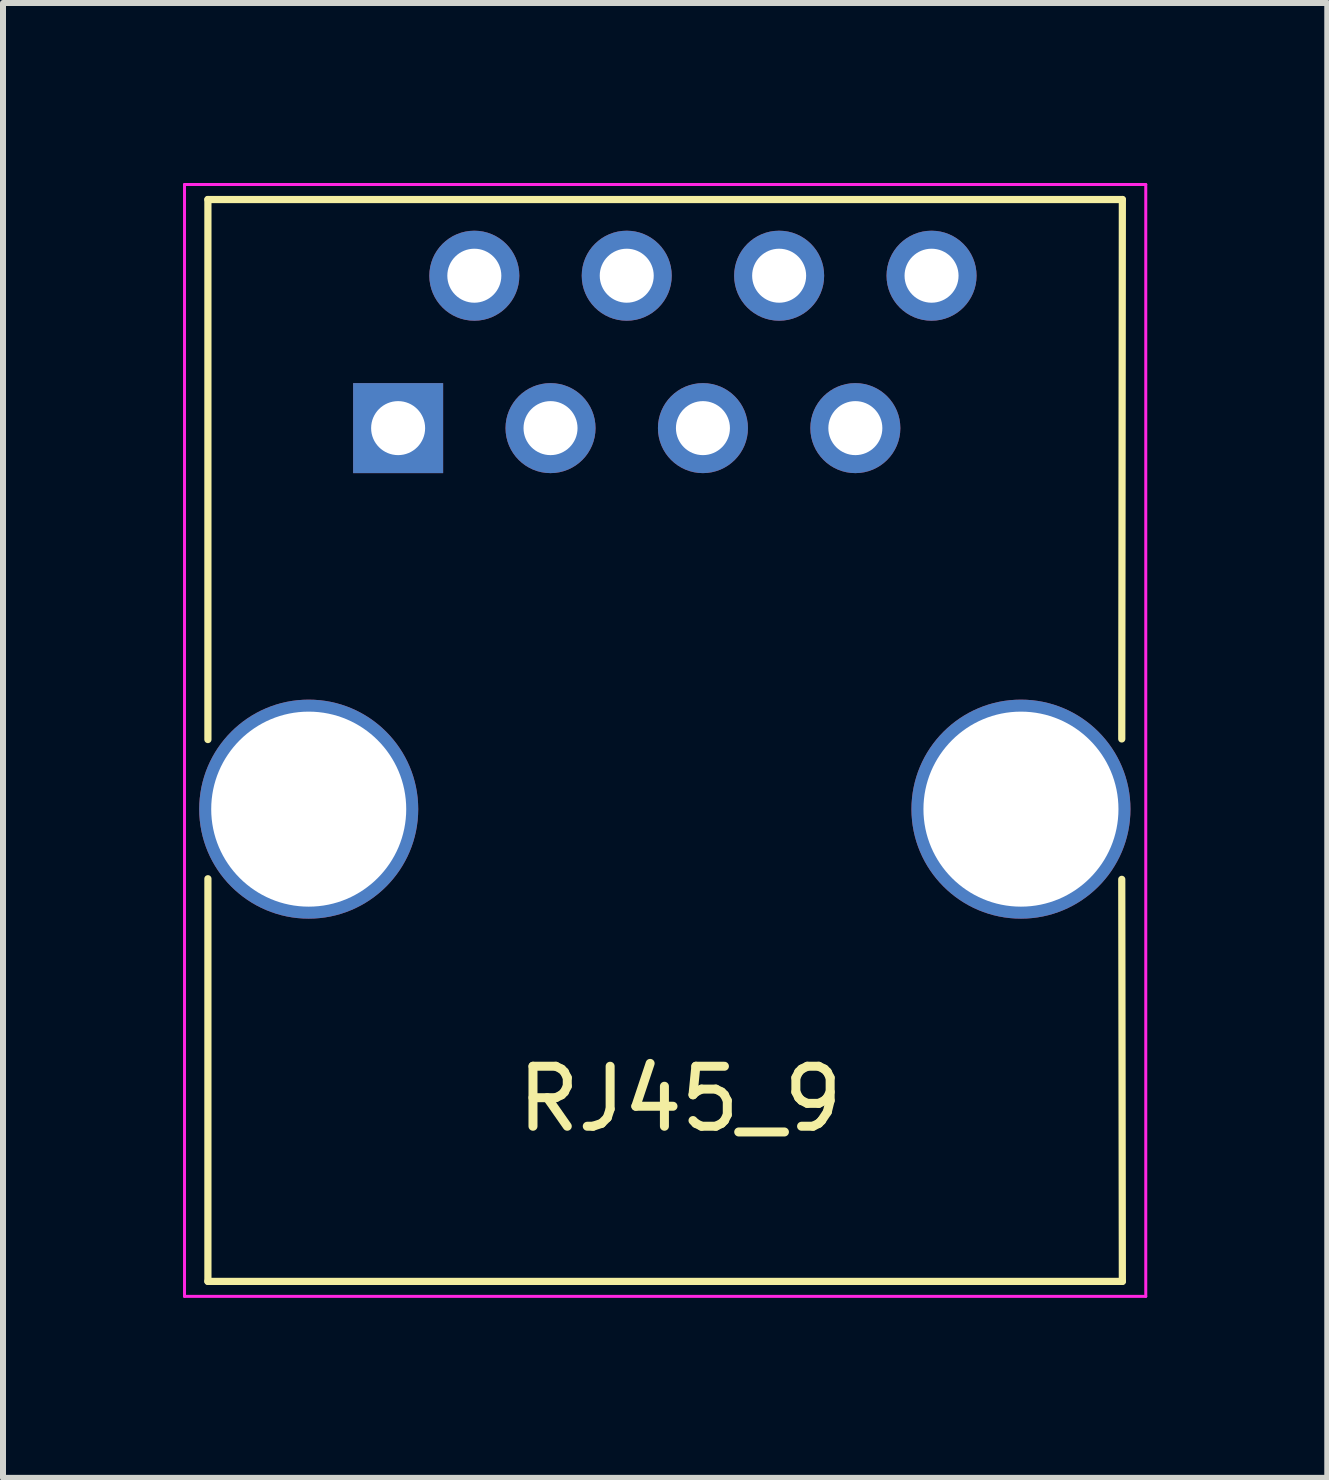
<source format=kicad_pcb>
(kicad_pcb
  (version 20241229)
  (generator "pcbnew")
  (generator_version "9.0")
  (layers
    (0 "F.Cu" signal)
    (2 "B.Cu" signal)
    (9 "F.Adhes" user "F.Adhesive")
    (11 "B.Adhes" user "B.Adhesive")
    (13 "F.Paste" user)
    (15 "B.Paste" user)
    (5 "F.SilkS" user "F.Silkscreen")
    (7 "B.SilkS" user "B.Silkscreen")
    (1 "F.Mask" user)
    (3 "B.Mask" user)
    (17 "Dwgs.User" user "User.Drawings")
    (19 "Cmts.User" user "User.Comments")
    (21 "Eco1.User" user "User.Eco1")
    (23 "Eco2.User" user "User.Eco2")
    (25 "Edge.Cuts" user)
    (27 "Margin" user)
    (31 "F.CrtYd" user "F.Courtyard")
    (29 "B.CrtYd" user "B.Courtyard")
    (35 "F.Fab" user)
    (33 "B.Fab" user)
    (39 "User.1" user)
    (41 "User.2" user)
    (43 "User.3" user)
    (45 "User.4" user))
  (footprint "RJ45_9"
    (layer "F.Cu")
    (at 3.585 4.085)
    (property "Reference" "RJ45_9" (at 4.7 11.18 0) (layer "F.SilkS") (effects (font (size 1 1) (thickness 0.15))))
    (attr through_hole)
    (fp_line (start -3.17 -3.81) (end -3.17 5.19) (stroke (width 0.12) (type solid)) (layer "F.SilkS"))
    (fp_line (start -3.17 7.51) (end -3.17 14.22) (stroke (width 0.12) (type solid)) (layer "F.SilkS"))
    (fp_line (start -3.17 14.22) (end 12.07 14.22) (stroke (width 0.12) (type solid)) (layer "F.SilkS"))
    (fp_line (start 12.06 7.52) (end 12.07 14.22) (stroke (width 0.12) (type solid)) (layer "F.SilkS"))
    (fp_line (start 12.07 -3.81) (end -3.17 -3.81) (stroke (width 0.12) (type solid)) (layer "F.SilkS"))
    (fp_line (start 12.07 -3.81) (end 12.06 5.18) (stroke (width 0.12) (type solid)) (layer "F.SilkS"))
    (fp_line (start -3.56 -4.06) (end -3.56 14.47) (stroke (width 0.05) (type solid)) (layer "F.CrtYd"))
    (fp_line (start -3.56 -4.06) (end 12.46 -4.06) (stroke (width 0.05) (type solid)) (layer "F.CrtYd"))
    (fp_line (start 12.46 14.47) (end -3.56 14.47) (stroke (width 0.05) (type solid)) (layer "F.CrtYd"))
    (fp_line (start 12.46 14.47) (end 12.46 -4.06) (stroke (width 0.05) (type solid)) (layer "F.CrtYd"))
    (pad "1" thru_hole rect (at 0 0) (size 1.5 1.5) (drill 0.9) (layers "*.Cu" "*.Mask"))
    (pad "2" thru_hole circle (at 1.27 -2.54) (size 1.5 1.5) (drill 0.9) (layers "*.Cu" "*.Mask"))
    (pad "3" thru_hole circle (at 2.54 0) (size 1.5 1.5) (drill 0.9) (layers "*.Cu" "*.Mask"))
    (pad "4" thru_hole circle (at 3.81 -2.54) (size 1.5 1.5) (drill 0.9) (layers "*.Cu" "*.Mask"))
    (pad "5" thru_hole circle (at 5.08 0) (size 1.5 1.5) (drill 0.9) (layers "*.Cu" "*.Mask"))
    (pad "6" thru_hole circle (at 6.35 -2.54) (size 1.5 1.5) (drill 0.9) (layers "*.Cu" "*.Mask"))
    (pad "7" thru_hole circle (at 7.62 0) (size 1.5 1.5) (drill 0.9) (layers "*.Cu" "*.Mask"))
    (pad "8" thru_hole circle (at 8.89 -2.54) (size 1.5 1.5) (drill 0.9) (layers "*.Cu" "*.Mask"))
    (pad "9" thru_hole circle (at -1.49 6.35) (size 3.65 3.65) (drill 3.25) (layers "*.Cu" "*.Mask"))
    (pad "9" thru_hole circle (at 10.38 6.35) (size 3.65 3.65) (drill 3.25) (layers "*.Cu" "*.Mask")))
  (gr_rect
    (start -3 -3)
    (end 19.07 21.58)
    (stroke (width 0.1) (type default))
    (fill no)
    (layer "Edge.Cuts")))
</source>
